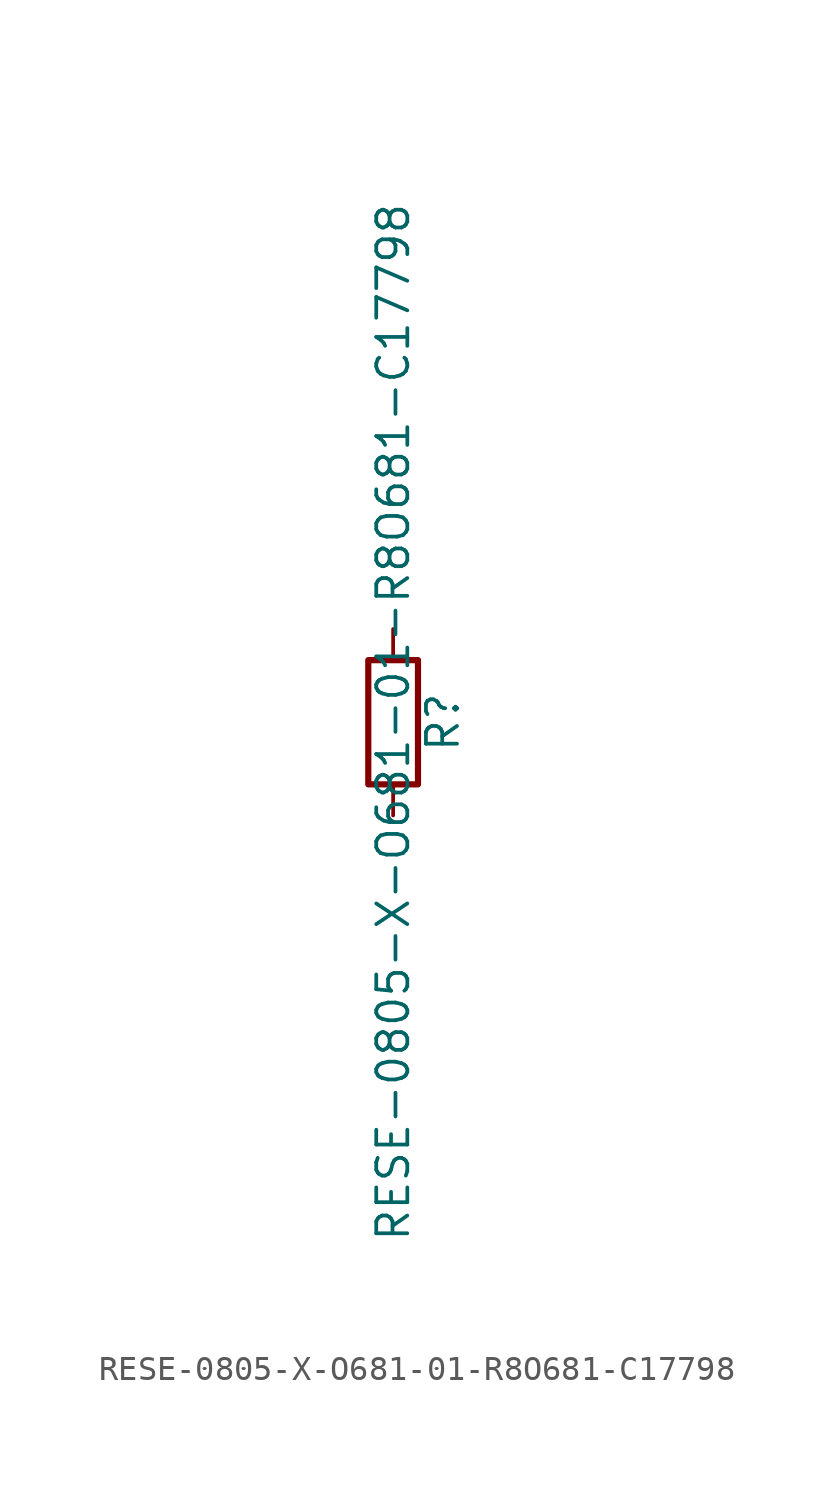
<source format=kicad_sym>
(kicad_symbol_lib
  (version 20211014)
  (generator kicad_symbol_editor)
  (symbol "RESE-0805-X-O681-01-R8O681-C17798"
    (pin_numbers hide)
    (pin_names
      (offset 0))
    (property "Reference" "R"
      (at 2.032 0 90)
      (effects (font (size 1.27 1.27))))
    (property "Value" "RESE-0805-X-O681-01-R8O681-C17798"
      (at 0 0 90)
      (effects (font (size 1.27 1.27))))
    (symbol "RESE-0805-X-O681-01-R8O681-C17798_0_1"
      (rectangle (start -1.016 -2.54) (end 1.016 2.54) (stroke (width 0.254) (type default) (color 0 0 0 0)) (fill (type none))))
    (symbol "RESE-0805-X-O681-01-R8O681-C17798_1_1"
      (pin passive line (at 0 3.81 270) (length 1.27) (name "~" (effects (font (size 1.27 1.27)))) (number "1" (effects (font (size 1.27 1.27)))))
      (pin passive line (at 0 -3.81 90) (length 1.27) (name "~" (effects (font (size 1.27 1.27)))) (number "2" (effects (font (size 1.27 1.27))))))))
</source>
